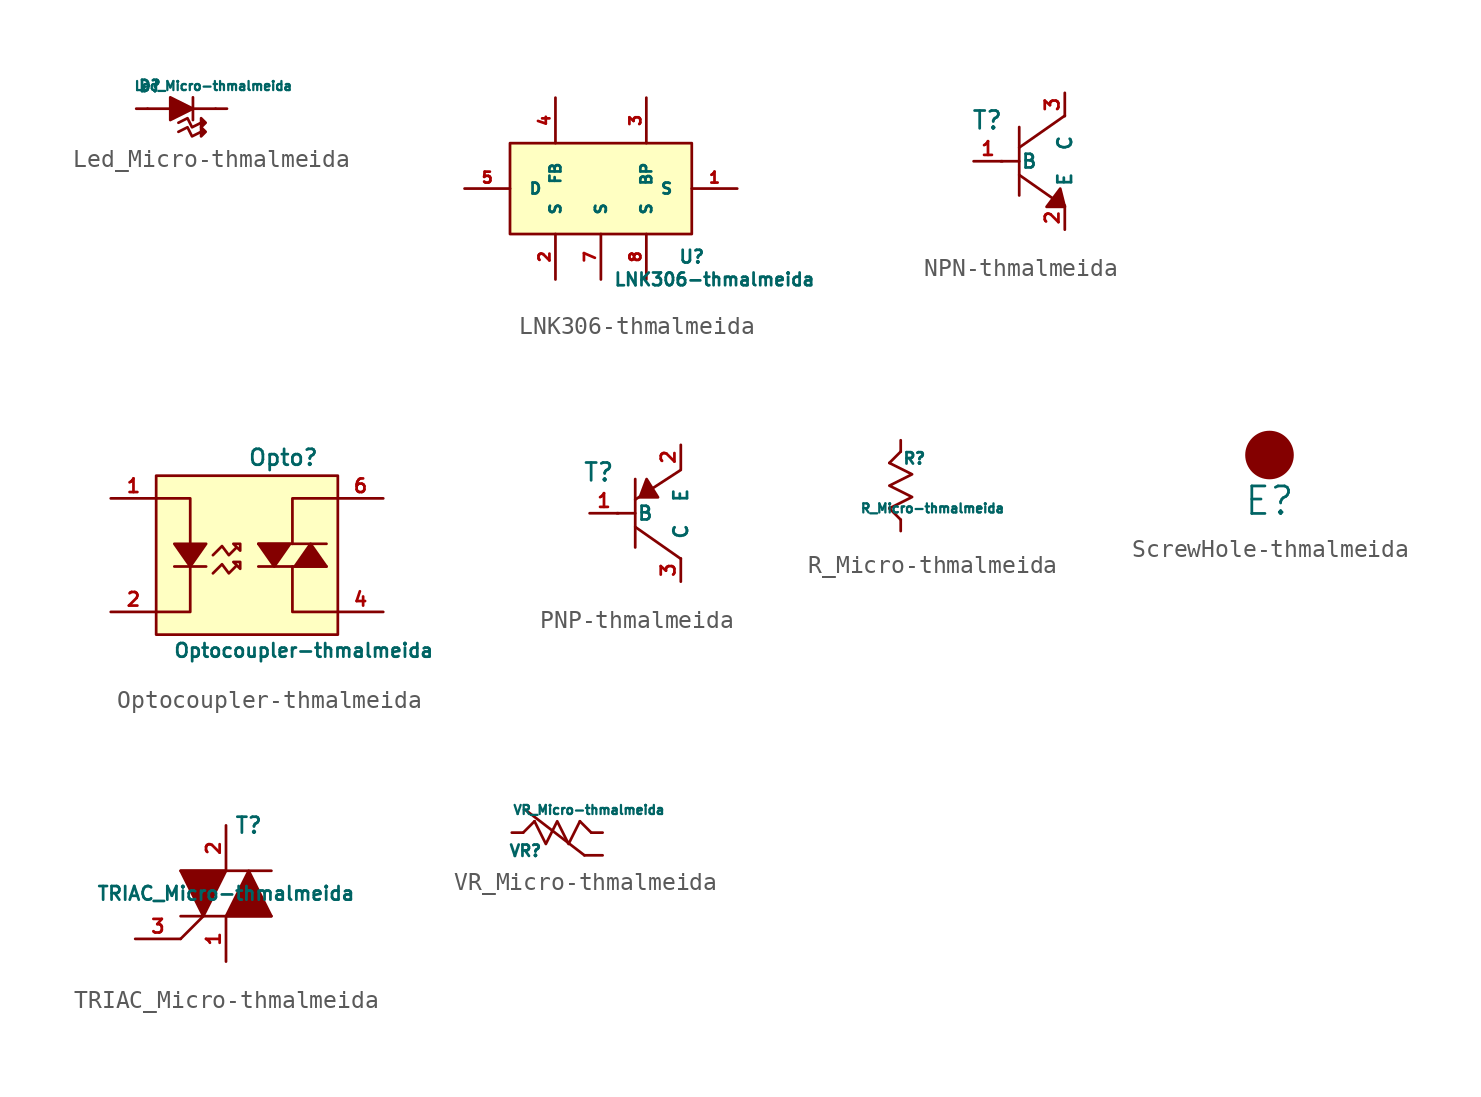
<source format=kicad_sym>
(kicad_symbol_lib
  (version 20211014)
  (generator kicad_symbol_editor)
  (symbol "Led_Micro-thmalmeida"
    (pin_numbers hide)
    (pin_names
      (offset 0) hide)
    (property "Reference" "D"
      (at -1.778 1.27 0)
      (effects (font (size 0.635 0.635))))
    (property "Value" "Led_Micro-thmalmeida"
      (at 1.778 1.27 0)
      (effects (font (size 0.508 0.508))))
    (property "Datasheet" ""
      (at 0 0 0)
      (effects (font (size 1.524 1.524))))
    (symbol "Led_Micro-thmalmeida_0_1"
      (polyline (pts (xy 0.635 -0.635) (xy 0.635 0.635)) (stroke (width 0) (type default) (color 0 0 0 0)) (fill (type none)))
      (polyline (pts (xy 1.905 0) (xy -1.905 0)) (stroke (width 0) (type default) (color 0 0 0 0)) (fill (type none)))
      (polyline (pts (xy -0.635 -0.635) (xy -0.635 0.635) (xy 0.635 0) (xy -0.635 -0.635)) (stroke (width 0) (type default) (color 0 0 0 0)) (fill (type outline)))
      (polyline (pts (xy -0.178 -0.787) (xy 0.33 -0.533) (xy 0.584 -1.041) (xy 1.092 -0.787)) (stroke (width 0) (type default) (color 0 0 0 0)) (fill (type none)))
      (polyline (pts (xy 1.092 -1.295) (xy 0.584 -1.549) (xy 0.33 -1.041) (xy -0.178 -1.295)) (stroke (width 0) (type default) (color 0 0 0 0)) (fill (type none)))
      (polyline (pts (xy 1.092 -1.041) (xy 1.092 -1.549) (xy 1.346 -1.295) (xy 1.092 -1.041)) (stroke (width 0) (type default) (color 0 0 0 0)) (fill (type outline)))
      (polyline (pts (xy 1.092 -0.533) (xy 1.092 -1.041) (xy 1.346 -0.787) (xy 1.092 -0.533)) (stroke (width 0) (type default) (color 0 0 0 0)) (fill (type outline))))
    (symbol "Led_Micro-thmalmeida_1_1"
      (pin passive line (at -2.54 0 0) (length 0.635) (name "+Anode" (effects (font (size 0.635 0.635)))) (number "1" (effects (font (size 0.635 0.635)))))
      (pin passive line (at 2.54 0 180) (length 0.635) (name "-Catode" (effects (font (size 0.635 0.635)))) (number "2" (effects (font (size 0.635 0.635)))))))
  (symbol "LNK306-thmalmeida"
    (pin_names
      (offset 1.016))
    (property "Reference" "U"
      (at 5.08 -3.81 0)
      (effects (font (size 0.711 0.711))))
    (property "Value" "LNK306-thmalmeida"
      (at 6.35 -5.08 0)
      (effects (font (size 0.711 0.711))))
    (property "Datasheet" ""
      (at 0 0 0)
      (effects (font (size 1.524 1.524))))
    (symbol "LNK306-thmalmeida_0_1"
      (rectangle (start -5.08 2.54) (end 5.08 -2.54) (stroke (width 0) (type default) (color 0 0 0 0)) (fill (type background))))
    (symbol "LNK306-thmalmeida_1_1"
      (pin passive line (at 7.62 0 180) (length 2.54) (name "S" (effects (font (size 0.61 0.61)))) (number "1" (effects (font (size 0.61 0.61)))))
      (pin passive line (at -2.54 -5.08 90) (length 2.54) (name "S" (effects (font (size 0.61 0.61)))) (number "2" (effects (font (size 0.61 0.61)))))
      (pin passive line (at 2.54 5.08 270) (length 2.54) (name "BP" (effects (font (size 0.61 0.61)))) (number "3" (effects (font (size 0.61 0.61)))))
      (pin passive line (at -2.54 5.08 270) (length 2.54) (name "FB" (effects (font (size 0.61 0.61)))) (number "4" (effects (font (size 0.61 0.61)))))
      (pin passive line (at -7.62 0 0) (length 2.54) (name "D" (effects (font (size 0.61 0.61)))) (number "5" (effects (font (size 0.61 0.61)))))
      (pin passive line (at 0 -5.08 90) (length 2.54) (name "S" (effects (font (size 0.61 0.61)))) (number "7" (effects (font (size 0.61 0.61)))))
      (pin passive line (at 2.54 -5.08 90) (length 2.54) (name "S" (effects (font (size 0.61 0.61)))) (number "8" (effects (font (size 0.61 0.61)))))))
  (symbol "NPN-thmalmeida"
    (pin_names
      (offset 1.016))
    (property "Reference" "T"
      (at -1.778 2.286 0)
      (effects (font (size 0.991 0.991))))
    (property "Datasheet" ""
      (at -1.016 -3.048 0)
      (effects (font (size 1.524 1.524))))
    (symbol "NPN-thmalmeida_0_1"
      (polyline (pts (xy -1.016 0) (xy 0 0)) (stroke (width 0) (type default) (color 0 0 0 0)) (fill (type none)))
      (polyline (pts (xy 0 -1.905) (xy 0 1.905)) (stroke (width 0) (type default) (color 0 0 0 0)) (fill (type none)))
      (polyline (pts (xy 0 -0.762) (xy 2.54 -2.54)) (stroke (width 0) (type default) (color 0 0 0 0)) (fill (type none)))
      (polyline (pts (xy 0 0.762) (xy 2.54 2.54)) (stroke (width 0) (type default) (color 0 0 0 0)) (fill (type none)))
      (polyline (pts (xy 1.524 -2.54) (xy 2.286 -1.524) (xy 2.54 -2.54) (xy 1.524 -2.54)) (stroke (width 0) (type default) (color 0 0 0 0)) (fill (type outline))))
    (symbol "NPN-thmalmeida_1_1"
      (pin input line (at -2.54 0 0) (length 1.6) (name "B" (effects (font (size 0.762 0.762)))) (number "1" (effects (font (size 0.762 0.762)))))
      (pin input line (at 2.54 -3.81 90) (length 1.346) (name "E" (effects (font (size 0.762 0.762)))) (number "2" (effects (font (size 0.762 0.762)))))
      (pin input line (at 2.54 3.81 270) (length 1.295) (name "C" (effects (font (size 0.762 0.762)))) (number "3" (effects (font (size 0.762 0.762)))))))
  (symbol "Optocoupler-thmalmeida"
    (pin_names
      (offset 1.016) hide)
    (property "Reference" "Opto"
      (at 2.032 6.096 0)
      (effects (font (size 0.889 0.889))))
    (property "Value" "Optocoupler-thmalmeida"
      (at 3.175 -4.699 0)
      (effects (font (size 0.762 0.762))))
    (property "Datasheet" ""
      (at 2.54 3.81 0)
      (effects (font (size 1.524 1.524))))
    (symbol "Optocoupler-thmalmeida_0_1"
      (rectangle (start -5.08 5.08) (end 5.08 -3.81) (stroke (width 0) (type default) (color 0 0 0 0)) (fill (type background)))
      (polyline (pts (xy -4.064 0) (xy -2.286 0)) (stroke (width 0) (type default) (color 0 0 0 0)) (fill (type none)))
      (polyline (pts (xy 0.635 0) (xy 4.445 0)) (stroke (width 0) (type default) (color 0 0 0 0)) (fill (type none)))
      (polyline (pts (xy 0.635 1.27) (xy 4.445 1.27)) (stroke (width 0) (type default) (color 0 0 0 0)) (fill (type none)))
      (polyline (pts (xy 2.54 0) (xy 2.54 -2.54) (xy 5.08 -2.54)) (stroke (width 0) (type default) (color 0 0 0 0)) (fill (type none)))
      (polyline (pts (xy 5.08 3.81) (xy 2.54 3.81) (xy 2.54 1.27)) (stroke (width 0) (type default) (color 0 0 0 0)) (fill (type none)))
      (polyline (pts (xy -5.08 3.81) (xy -3.175 3.81) (xy -3.175 -2.54) (xy -5.08 -2.54)) (stroke (width 0) (type default) (color 0 0 0 0)) (fill (type none)))
      (polyline (pts (xy -2.286 1.27) (xy -4.064 1.27) (xy -3.175 0) (xy -2.286 1.27)) (stroke (width 0) (type default) (color 0 0 0 0)) (fill (type outline)))
      (polyline (pts (xy -1.905 -0.381) (xy -1.397 0.127) (xy -1.016 -0.381) (xy -0.635 0)) (stroke (width 0) (type default) (color 0 0 0 0)) (fill (type none)))
      (polyline (pts (xy -1.905 0.635) (xy -1.397 1.143) (xy -1.016 0.635) (xy -0.635 1.016)) (stroke (width 0) (type default) (color 0 0 0 0)) (fill (type none)))
      (polyline (pts (xy -0.762 0.254) (xy -0.381 -0.127) (xy -0.381 0.254) (xy -0.762 0.254)) (stroke (width 0) (type default) (color 0 0 0 0)) (fill (type background)))
      (polyline (pts (xy -0.762 1.27) (xy -0.381 0.889) (xy -0.381 1.27) (xy -0.762 1.27)) (stroke (width 0) (type default) (color 0 0 0 0)) (fill (type background)))
      (polyline (pts (xy 2.413 1.27) (xy 0.635 1.27) (xy 1.524 0) (xy 2.413 1.27)) (stroke (width 0) (type default) (color 0 0 0 0)) (fill (type outline)))
      (polyline (pts (xy 2.667 0) (xy 4.445 0) (xy 3.556 1.27) (xy 2.667 0)) (stroke (width 0) (type default) (color 0 0 0 0)) (fill (type outline))))
    (symbol "Optocoupler-thmalmeida_1_1"
      (pin passive line (at -7.62 3.81 0) (length 2.54) (name "Anode" (effects (font (size 1.016 1.016)))) (number "1" (effects (font (size 0.762 0.762)))))
      (pin passive line (at -7.62 -2.54 0) (length 2.54) (name "Cathode" (effects (font (size 1.016 1.016)))) (number "2" (effects (font (size 0.762 0.762)))))
      (pin passive line (at 7.62 -2.54 180) (length 2.54) (name "G" (effects (font (size 1.016 1.016)))) (number "4" (effects (font (size 0.762 0.762)))))
      (pin passive line (at 7.62 3.81 180) (length 2.54) (name "G" (effects (font (size 1.016 1.016)))) (number "6" (effects (font (size 0.762 0.762)))))))
  (symbol "PNP-thmalmeida"
    (pin_names
      (offset 1.016))
    (property "Reference" "T"
      (at -2.032 2.286 0)
      (effects (font (size 0.991 0.991))))
    (property "Datasheet" ""
      (at -1.016 -3.048 0)
      (effects (font (size 1.524 1.524))))
    (symbol "PNP-thmalmeida_0_1"
      (polyline (pts (xy -1.016 0) (xy 0 0)) (stroke (width 0) (type default) (color 0 0 0 0)) (fill (type none)))
      (polyline (pts (xy 0 -1.905) (xy 0 1.905)) (stroke (width 0) (type default) (color 0 0 0 0)) (fill (type none)))
      (polyline (pts (xy 0 -0.762) (xy 2.54 -2.54)) (stroke (width 0) (type default) (color 0 0 0 0)) (fill (type none)))
      (polyline (pts (xy 0 0.762) (xy 2.54 2.413)) (stroke (width 0) (type default) (color 0 0 0 0)) (fill (type none)))
      (polyline (pts (xy 1.27 0.889) (xy 0.635 1.905) (xy 0.254 0.889) (xy 1.27 0.889)) (stroke (width 0) (type default) (color 0 0 0 0)) (fill (type outline))))
    (symbol "PNP-thmalmeida_1_1"
      (pin output line (at -2.54 0 0) (length 1.6) (name "B" (effects (font (size 0.762 0.762)))) (number "1" (effects (font (size 0.762 0.762)))))
      (pin input line (at 2.54 3.81 270) (length 1.346) (name "E" (effects (font (size 0.762 0.762)))) (number "2" (effects (font (size 0.762 0.762)))))
      (pin output line (at 2.54 -3.81 90) (length 1.295) (name "C" (effects (font (size 0.762 0.762)))) (number "3" (effects (font (size 0.762 0.762)))))))
  (symbol "R_Micro-thmalmeida"
    (pin_numbers hide)
    (pin_names
      (offset 0) hide)
    (property "Reference" "R"
      (at 0.762 1.524 0)
      (effects (font (size 0.635 0.635))))
    (property "Value" "R_Micro-thmalmeida"
      (at 1.778 -1.27 0)
      (effects (font (size 0.508 0.508))))
    (property "Datasheet" ""
      (at 1.27 1.778 90)
      (effects (font (size 1.524 1.524))))
    (symbol "R_Micro-thmalmeida_0_1"
      (polyline (pts (xy 0 -1.905) (xy -0.635 -1.27) (xy -0.635 -1.27)) (stroke (width 0) (type default) (color 0 0 0 0)) (fill (type none)))
      (polyline (pts (xy 0 1.905) (xy -0.635 1.27) (xy -0.635 1.27)) (stroke (width 0) (type default) (color 0 0 0 0)) (fill (type none)))
      (polyline (pts (xy -0.635 1.27) (xy 0.635 0.635) (xy -0.635 0) (xy 0.635 -0.635) (xy -0.635 -1.27) (xy -0.635 -1.27)) (stroke (width 0) (type default) (color 0 0 0 0)) (fill (type none))))
    (symbol "R_Micro-thmalmeida_1_1"
      (pin passive line (at 0 2.54 270) (length 0.635) (name "A" (effects (font (size 0.635 0.635)))) (number "1" (effects (font (size 0.635 0.635)))))
      (pin passive line (at 0 -2.54 90) (length 0.635) (name "B" (effects (font (size 0.635 0.635)))) (number "2" (effects (font (size 0.635 0.635)))))))
  (symbol "ScrewHole-thmalmeida"
    (pin_numbers hide)
    (pin_names
      (offset 0) hide)
    (property "Reference" "E"
      (at 0 -2.54 0)
      (effects (font (size 1.524 1.524))))
    (property "Datasheet" ""
      (at 0 -2.54 0)
      (effects (font (size 1.524 1.524))))
    (symbol "ScrewHole-thmalmeida_0_1"
      (circle (center 0 0) (radius 1.27) (stroke (width 0) (type default) (color 0 0 0 0)) (fill (type outline)))))
  (symbol "TRIAC_Micro-thmalmeida"
    (pin_names
      (offset 1.016) hide)
    (property "Reference" "T"
      (at 1.27 3.81 0)
      (effects (font (size 0.889 0.889))))
    (property "Value" "TRIAC_Micro-thmalmeida"
      (at 0 0 0)
      (effects (font (size 0.762 0.762))))
    (property "Datasheet" ""
      (at 1.27 3.81 0)
      (effects (font (size 1.524 1.524))))
    (symbol "TRIAC_Micro-thmalmeida_0_1"
      (polyline (pts (xy -2.54 -1.27) (xy 2.54 -1.27) (xy 2.54 -1.27)) (stroke (width 0) (type default) (color 0 0 0 0)) (fill (type none)))
      (polyline (pts (xy 2.54 1.27) (xy -2.54 1.27) (xy -2.54 1.27)) (stroke (width 0) (type default) (color 0 0 0 0)) (fill (type none)))
      (polyline (pts (xy -1.27 -1.27) (xy -2.54 -2.54) (xy -2.54 -2.54) (xy -2.54 -2.54)) (stroke (width 0) (type default) (color 0 0 0 0)) (fill (type none)))
      (polyline (pts (xy 1.27 1.27) (xy 0 -1.27) (xy 2.54 -1.27) (xy 1.27 1.27) (xy 1.27 1.27)) (stroke (width 0) (type default) (color 0 0 0 0)) (fill (type outline)))
      (polyline (pts (xy -2.54 1.27) (xy 0 1.27) (xy -1.27 -1.27) (xy -2.54 1.27) (xy -2.54 1.27) (xy -2.54 1.27)) (stroke (width 0) (type default) (color 0 0 0 0)) (fill (type outline))))
    (symbol "TRIAC_Micro-thmalmeida_1_1"
      (pin passive line (at 0 -3.81 90) (length 2.54) (name "K" (effects (font (size 1.016 1.016)))) (number "1" (effects (font (size 0.762 0.762)))))
      (pin passive line (at 0 3.81 270) (length 2.54) (name "A" (effects (font (size 1.016 1.016)))) (number "2" (effects (font (size 0.762 0.762)))))
      (pin passive line (at -5.08 -2.54 0) (length 2.54) (name "G" (effects (font (size 1.016 1.016)))) (number "3" (effects (font (size 0.762 0.762)))))))
  (symbol "VR_Micro-thmalmeida"
    (pin_numbers hide)
    (pin_names
      (offset 0) hide)
    (property "Reference" "VR"
      (at -1.778 -1.016 0)
      (effects (font (size 0.635 0.635))))
    (property "Value" "VR_Micro-thmalmeida"
      (at 1.778 1.27 0)
      (effects (font (size 0.508 0.508))))
    (symbol "VR_Micro-thmalmeida_0_1"
      (polyline (pts (xy -1.778 1.27) (xy 1.524 -1.27)) (stroke (width 0) (type default) (color 0 0 0 0)) (fill (type none)))
      (polyline (pts (xy 1.524 -1.27) (xy 2.54 -1.27)) (stroke (width 0) (type default) (color 0 0 0 0)) (fill (type none)))
      (polyline (pts (xy -1.27 0.635) (xy -1.905 0) (xy -1.905 0)) (stroke (width 0) (type default) (color 0 0 0 0)) (fill (type none)))
      (polyline (pts (xy 1.27 0.635) (xy 1.905 0) (xy 1.905 0)) (stroke (width 0) (type default) (color 0 0 0 0)) (fill (type none)))
      (polyline (pts (xy -1.27 0.635) (xy -0.635 -0.635) (xy 0 0.635) (xy 0.635 -0.635) (xy 1.27 0.635) (xy 1.27 0.635)) (stroke (width 0) (type default) (color 0 0 0 0)) (fill (type none))))
    (symbol "VR_Micro-thmalmeida_1_1"
      (pin passive line (at 2.54 0 180) (length 0.635) (name "A" (effects (font (size 0.635 0.635)))) (number "1" (effects (font (size 0.635 0.635)))))
      (pin passive line (at -2.54 0 0) (length 0.635) (name "B" (effects (font (size 0.635 0.635)))) (number "2" (effects (font (size 0.635 0.635))))))))
</source>
